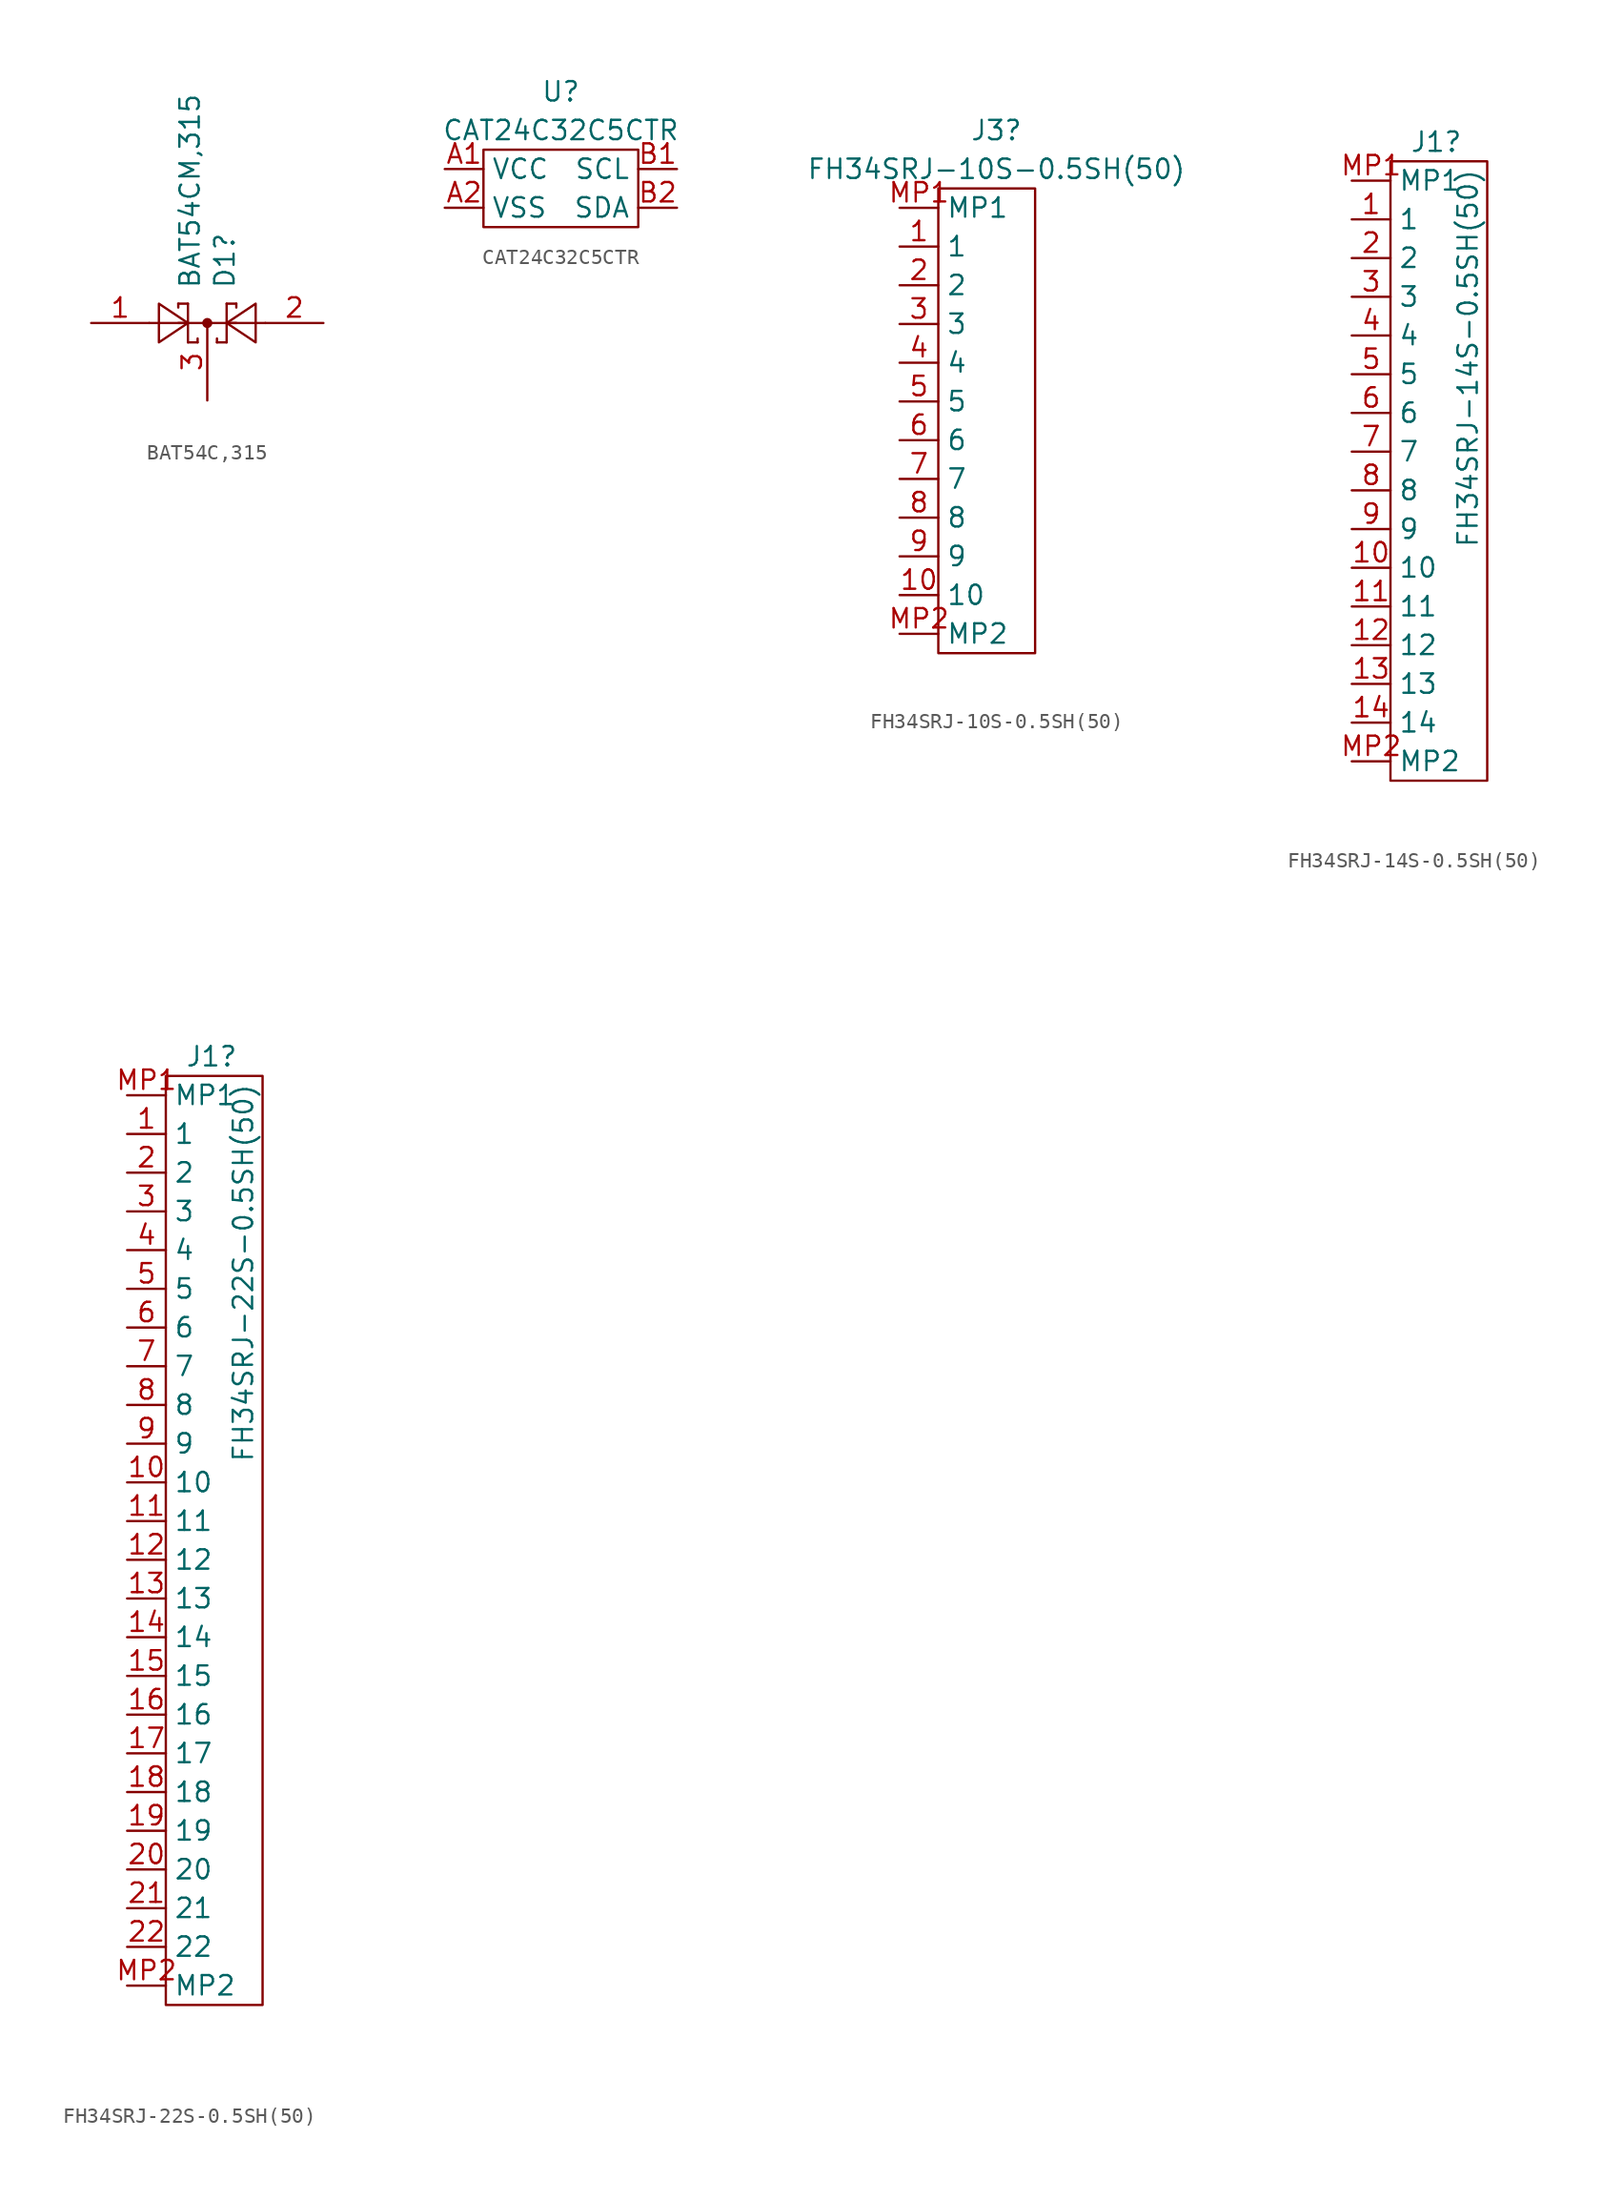
<source format=kicad_sym>
(kicad_symbol_lib
  (version 20220914)
  (generator kicad_symbol_editor)
  (symbol "BAT54C,315"
    (property "Reference" "D1"
      (at 1.143 2.21 90)
      (effects (font (size 1.27 1.27)) (justify left)))
    (property "Value" "BAT54CM,315"
      (at -1.143 2.21 90)
      (effects (font (size 1.27 1.27)) (justify left)))
    (symbol "BAT54C,315_0_1"
      (polyline (pts (xy -1.905 0) (xy 1.905 0)) (stroke (width 0) (type default)) (fill (type none)))
      (polyline (pts (xy -1.905 1.27) (xy -1.905 1.016)) (stroke (width 0) (type default)) (fill (type none)))
      (polyline (pts (xy -1.27 -1.27) (xy -0.635 -1.27)) (stroke (width 0) (type default)) (fill (type none)))
      (polyline (pts (xy -1.27 0) (xy -3.81 0)) (stroke (width 0) (type default)) (fill (type none)))
      (polyline (pts (xy -1.27 1.27) (xy -1.905 1.27)) (stroke (width 0) (type default)) (fill (type none)))
      (polyline (pts (xy -1.27 1.27) (xy -1.27 -1.27)) (stroke (width 0) (type default)) (fill (type none)))
      (polyline (pts (xy -0.635 -1.27) (xy -0.635 -1.016)) (stroke (width 0) (type default)) (fill (type none)))
      (polyline (pts (xy 0.635 -1.27) (xy 0.635 -1.016)) (stroke (width 0) (type default)) (fill (type none)))
      (polyline (pts (xy 1.27 -1.27) (xy 0.635 -1.27)) (stroke (width 0) (type default)) (fill (type none)))
      (polyline (pts (xy 1.27 1.27) (xy 1.27 -1.27)) (stroke (width 0) (type default)) (fill (type none)))
      (polyline (pts (xy 1.27 1.27) (xy 1.905 1.27)) (stroke (width 0) (type default)) (fill (type none)))
      (polyline (pts (xy 1.905 1.27) (xy 1.905 1.016)) (stroke (width 0) (type default)) (fill (type none)))
      (polyline (pts (xy 3.81 0) (xy 1.27 0)) (stroke (width 0) (type default)) (fill (type none)))
      (polyline (pts (xy -3.175 -1.27) (xy -3.175 1.27) (xy -1.27 0) (xy -3.175 -1.27)) (stroke (width 0) (type default)) (fill (type none)))
      (polyline (pts (xy 3.175 -1.27) (xy 3.175 1.27) (xy 1.27 0) (xy 3.175 -1.27)) (stroke (width 0) (type default)) (fill (type none)))
      (circle (center 0 0) (radius 0.254) (stroke (width 0) (type default)) (fill (type outline))))
    (symbol "BAT54C,315_1_1"
      (pin passive line (at -7.62 0 0) (length 3.81) (name "~" (effects (font (size 1.27 1.27)))) (number "1" (effects (font (size 1.27 1.27)))))
      (pin passive line (at 7.62 0 180) (length 3.81) (name "~" (effects (font (size 1.27 1.27)))) (number "2" (effects (font (size 1.27 1.27)))))
      (pin passive line (at 0 -5.08 90) (length 5.08) (name "~" (effects (font (size 1.27 1.27)))) (number "3" (effects (font (size 1.27 1.27)))))))
  (symbol "CAT24C32C5CTR"
    (property "Reference" "U"
      (at 0 6.35 0)
      (effects (font (size 1.27 1.27))))
    (property "Value" "CAT24C32C5CTR"
      (at 0 3.81 0)
      (effects (font (size 1.27 1.27))))
    (symbol "CAT24C32C5CTR_0_0"
      (pin passive line (at -7.62 1.27 0) (length 2.54) (name "VCC" (effects (font (size 1.27 1.27)))) (number "A1" (effects (font (size 1.27 1.27)))))
      (pin passive line (at -7.62 -1.27 0) (length 2.54) (name "VSS" (effects (font (size 1.27 1.27)))) (number "A2" (effects (font (size 1.27 1.27)))))
      (pin passive line (at 7.62 1.27 180) (length 2.54) (name "SCL" (effects (font (size 1.27 1.27)))) (number "B1" (effects (font (size 1.27 1.27)))))
      (pin passive line (at 7.62 -1.27 180) (length 2.54) (name "SDA" (effects (font (size 1.27 1.27)))) (number "B2" (effects (font (size 1.27 1.27))))))
    (symbol "CAT24C32C5CTR_0_1"
      (rectangle (start -5.08 2.54) (end 5.08 -2.54) (stroke (width 0) (type default)) (fill (type none)))))
  (symbol "FH34SRJ-10S-0.5SH(50)"
    (property "Reference" "J3"
      (at 3.81 3.81 0)
      (effects (font (size 1.27 1.27))))
    (property "Value" "FH34SRJ-10S-0.5SH(50)"
      (at 3.81 1.27 0)
      (effects (font (size 1.27 1.27))))
    (symbol "FH34SRJ-10S-0.5SH(50)_0_0"
      (pin passive line (at -2.54 -3.81 0) (length 2.54) (name "1" (effects (font (size 1.27 1.27)))) (number "1" (effects (font (size 1.27 1.27)))))
      (pin passive line (at -2.54 -26.67 0) (length 2.54) (name "10" (effects (font (size 1.27 1.27)))) (number "10" (effects (font (size 1.27 1.27)))))
      (pin passive line (at -2.54 -8.89 0) (length 2.54) (name "3" (effects (font (size 1.27 1.27)))) (number "3" (effects (font (size 1.27 1.27)))))
      (pin passive line (at -2.54 -11.43 0) (length 2.54) (name "4" (effects (font (size 1.27 1.27)))) (number "4" (effects (font (size 1.27 1.27)))))
      (pin passive line (at -2.54 -13.97 0) (length 2.54) (name "5" (effects (font (size 1.27 1.27)))) (number "5" (effects (font (size 1.27 1.27)))))
      (pin passive line (at -2.54 -16.51 0) (length 2.54) (name "6" (effects (font (size 1.27 1.27)))) (number "6" (effects (font (size 1.27 1.27)))))
      (pin passive line (at -2.54 -19.05 0) (length 2.54) (name "7" (effects (font (size 1.27 1.27)))) (number "7" (effects (font (size 1.27 1.27)))))
      (pin passive line (at -2.54 -21.59 0) (length 2.54) (name "8" (effects (font (size 1.27 1.27)))) (number "8" (effects (font (size 1.27 1.27)))))
      (pin passive line (at -2.54 -24.13 0) (length 2.54) (name "9" (effects (font (size 1.27 1.27)))) (number "9" (effects (font (size 1.27 1.27))))))
    (symbol "FH34SRJ-10S-0.5SH(50)_0_1"
      (rectangle (start 0 0) (end 6.35 -30.48) (stroke (width 0) (type default)) (fill (type none))))
    (symbol "FH34SRJ-10S-0.5SH(50)_1_0"
      (pin passive line (at -2.54 -6.35 0) (length 2.54) (name "2" (effects (font (size 1.27 1.27)))) (number "2" (effects (font (size 1.27 1.27)))))
      (pin passive line (at -2.54 -1.27 0) (length 2.54) (name "MP1" (effects (font (size 1.27 1.27)))) (number "MP1" (effects (font (size 1.27 1.27)))))
      (pin passive line (at -2.54 -29.21 0) (length 2.54) (name "MP2" (effects (font (size 1.27 1.27)))) (number "MP2" (effects (font (size 1.27 1.27)))))))
  (symbol "FH34SRJ-14S-0.5SH(50)"
    (property "Reference" "J1"
      (at 1.27 1.27 0)
      (effects (font (size 1.27 1.27)) (justify left)))
    (property "Value" "FH34SRJ-14S-0.5SH(50)"
      (at 5.08 -25.4 90)
      (effects (font (size 1.27 1.27)) (justify left)))
    (symbol "FH34SRJ-14S-0.5SH(50)_0_0"
      (pin passive line (at -2.54 -3.81 0) (length 2.54) (name "1" (effects (font (size 1.27 1.27)))) (number "1" (effects (font (size 1.27 1.27)))))
      (pin passive line (at -2.54 -26.67 0) (length 2.54) (name "10" (effects (font (size 1.27 1.27)))) (number "10" (effects (font (size 1.27 1.27)))))
      (pin passive line (at -2.54 -29.21 0) (length 2.54) (name "11" (effects (font (size 1.27 1.27)))) (number "11" (effects (font (size 1.27 1.27)))))
      (pin passive line (at -2.54 -31.75 0) (length 2.54) (name "12" (effects (font (size 1.27 1.27)))) (number "12" (effects (font (size 1.27 1.27)))))
      (pin passive line (at -2.54 -34.29 0) (length 2.54) (name "13" (effects (font (size 1.27 1.27)))) (number "13" (effects (font (size 1.27 1.27)))))
      (pin passive line (at -2.54 -36.83 0) (length 2.54) (name "14" (effects (font (size 1.27 1.27)))) (number "14" (effects (font (size 1.27 1.27)))))
      (pin passive line (at -2.54 -8.89 0) (length 2.54) (name "3" (effects (font (size 1.27 1.27)))) (number "3" (effects (font (size 1.27 1.27)))))
      (pin passive line (at -2.54 -11.43 0) (length 2.54) (name "4" (effects (font (size 1.27 1.27)))) (number "4" (effects (font (size 1.27 1.27)))))
      (pin passive line (at -2.54 -13.97 0) (length 2.54) (name "5" (effects (font (size 1.27 1.27)))) (number "5" (effects (font (size 1.27 1.27)))))
      (pin passive line (at -2.54 -16.51 0) (length 2.54) (name "6" (effects (font (size 1.27 1.27)))) (number "6" (effects (font (size 1.27 1.27)))))
      (pin passive line (at -2.54 -19.05 0) (length 2.54) (name "7" (effects (font (size 1.27 1.27)))) (number "7" (effects (font (size 1.27 1.27)))))
      (pin passive line (at -2.54 -21.59 0) (length 2.54) (name "8" (effects (font (size 1.27 1.27)))) (number "8" (effects (font (size 1.27 1.27)))))
      (pin passive line (at -2.54 -24.13 0) (length 2.54) (name "9" (effects (font (size 1.27 1.27)))) (number "9" (effects (font (size 1.27 1.27))))))
    (symbol "FH34SRJ-14S-0.5SH(50)_0_1"
      (rectangle (start 0 0) (end 6.35 -40.64) (stroke (width 0) (type default)) (fill (type none))))
    (symbol "FH34SRJ-14S-0.5SH(50)_1_0"
      (pin passive line (at -2.54 -6.35 0) (length 2.54) (name "2" (effects (font (size 1.27 1.27)))) (number "2" (effects (font (size 1.27 1.27)))))
      (pin passive line (at -2.54 -1.27 0) (length 2.54) (name "MP1" (effects (font (size 1.27 1.27)))) (number "MP1" (effects (font (size 1.27 1.27)))))
      (pin passive line (at -2.54 -39.37 0) (length 2.54) (name "MP2" (effects (font (size 1.27 1.27)))) (number "MP2" (effects (font (size 1.27 1.27)))))))
  (symbol "FH34SRJ-22S-0.5SH(50)"
    (property "Reference" "J1"
      (at 1.27 1.27 0)
      (effects (font (size 1.27 1.27)) (justify left)))
    (property "Value" "FH34SRJ-22S-0.5SH(50)"
      (at 5.08 -25.4 90)
      (effects (font (size 1.27 1.27)) (justify left)))
    (symbol "FH34SRJ-22S-0.5SH(50)_0_0"
      (pin passive line (at -2.54 -3.81 0) (length 2.54) (name "1" (effects (font (size 1.27 1.27)))) (number "1" (effects (font (size 1.27 1.27)))))
      (pin passive line (at -2.54 -26.67 0) (length 2.54) (name "10" (effects (font (size 1.27 1.27)))) (number "10" (effects (font (size 1.27 1.27)))))
      (pin passive line (at -2.54 -29.21 0) (length 2.54) (name "11" (effects (font (size 1.27 1.27)))) (number "11" (effects (font (size 1.27 1.27)))))
      (pin passive line (at -2.54 -31.75 0) (length 2.54) (name "12" (effects (font (size 1.27 1.27)))) (number "12" (effects (font (size 1.27 1.27)))))
      (pin passive line (at -2.54 -34.29 0) (length 2.54) (name "13" (effects (font (size 1.27 1.27)))) (number "13" (effects (font (size 1.27 1.27)))))
      (pin passive line (at -2.54 -36.83 0) (length 2.54) (name "14" (effects (font (size 1.27 1.27)))) (number "14" (effects (font (size 1.27 1.27)))))
      (pin passive line (at -2.54 -39.37 0) (length 2.54) (name "15" (effects (font (size 1.27 1.27)))) (number "15" (effects (font (size 1.27 1.27)))))
      (pin passive line (at -2.54 -41.91 0) (length 2.54) (name "16" (effects (font (size 1.27 1.27)))) (number "16" (effects (font (size 1.27 1.27)))))
      (pin passive line (at -2.54 -44.45 0) (length 2.54) (name "17" (effects (font (size 1.27 1.27)))) (number "17" (effects (font (size 1.27 1.27)))))
      (pin passive line (at -2.54 -46.99 0) (length 2.54) (name "18" (effects (font (size 1.27 1.27)))) (number "18" (effects (font (size 1.27 1.27)))))
      (pin passive line (at -2.54 -49.53 0) (length 2.54) (name "19" (effects (font (size 1.27 1.27)))) (number "19" (effects (font (size 1.27 1.27)))))
      (pin passive line (at -2.54 -52.07 0) (length 2.54) (name "20" (effects (font (size 1.27 1.27)))) (number "20" (effects (font (size 1.27 1.27)))))
      (pin passive line (at -2.54 -54.61 0) (length 2.54) (name "21" (effects (font (size 1.27 1.27)))) (number "21" (effects (font (size 1.27 1.27)))))
      (pin passive line (at -2.54 -57.15 0) (length 2.54) (name "22" (effects (font (size 1.27 1.27)))) (number "22" (effects (font (size 1.27 1.27)))))
      (pin passive line (at -2.54 -8.89 0) (length 2.54) (name "3" (effects (font (size 1.27 1.27)))) (number "3" (effects (font (size 1.27 1.27)))))
      (pin passive line (at -2.54 -11.43 0) (length 2.54) (name "4" (effects (font (size 1.27 1.27)))) (number "4" (effects (font (size 1.27 1.27)))))
      (pin passive line (at -2.54 -13.97 0) (length 2.54) (name "5" (effects (font (size 1.27 1.27)))) (number "5" (effects (font (size 1.27 1.27)))))
      (pin passive line (at -2.54 -16.51 0) (length 2.54) (name "6" (effects (font (size 1.27 1.27)))) (number "6" (effects (font (size 1.27 1.27)))))
      (pin passive line (at -2.54 -19.05 0) (length 2.54) (name "7" (effects (font (size 1.27 1.27)))) (number "7" (effects (font (size 1.27 1.27)))))
      (pin passive line (at -2.54 -21.59 0) (length 2.54) (name "8" (effects (font (size 1.27 1.27)))) (number "8" (effects (font (size 1.27 1.27)))))
      (pin passive line (at -2.54 -24.13 0) (length 2.54) (name "9" (effects (font (size 1.27 1.27)))) (number "9" (effects (font (size 1.27 1.27))))))
    (symbol "FH34SRJ-22S-0.5SH(50)_0_1"
      (rectangle (start 0 0) (end 6.35 -60.96) (stroke (width 0) (type default)) (fill (type none))))
    (symbol "FH34SRJ-22S-0.5SH(50)_1_0"
      (pin passive line (at -2.54 -6.35 0) (length 2.54) (name "2" (effects (font (size 1.27 1.27)))) (number "2" (effects (font (size 1.27 1.27)))))
      (pin passive line (at -2.54 -1.27 0) (length 2.54) (name "MP1" (effects (font (size 1.27 1.27)))) (number "MP1" (effects (font (size 1.27 1.27)))))
      (pin passive line (at -2.54 -59.69 0) (length 2.54) (name "MP2" (effects (font (size 1.27 1.27)))) (number "MP2" (effects (font (size 1.27 1.27))))))))
</source>
